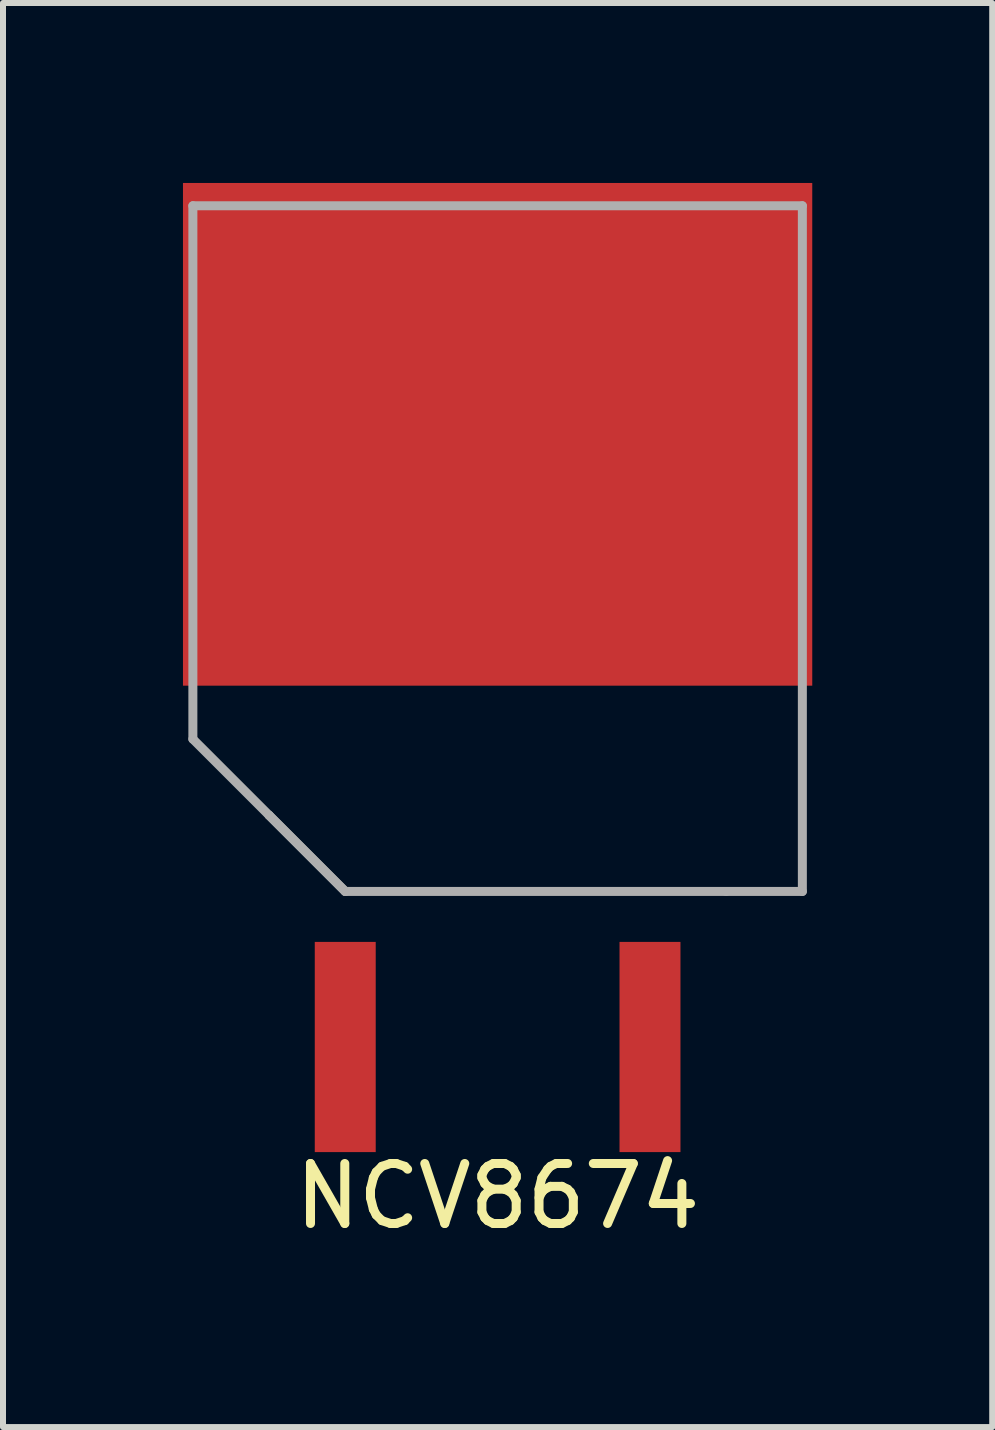
<source format=kicad_pcb>
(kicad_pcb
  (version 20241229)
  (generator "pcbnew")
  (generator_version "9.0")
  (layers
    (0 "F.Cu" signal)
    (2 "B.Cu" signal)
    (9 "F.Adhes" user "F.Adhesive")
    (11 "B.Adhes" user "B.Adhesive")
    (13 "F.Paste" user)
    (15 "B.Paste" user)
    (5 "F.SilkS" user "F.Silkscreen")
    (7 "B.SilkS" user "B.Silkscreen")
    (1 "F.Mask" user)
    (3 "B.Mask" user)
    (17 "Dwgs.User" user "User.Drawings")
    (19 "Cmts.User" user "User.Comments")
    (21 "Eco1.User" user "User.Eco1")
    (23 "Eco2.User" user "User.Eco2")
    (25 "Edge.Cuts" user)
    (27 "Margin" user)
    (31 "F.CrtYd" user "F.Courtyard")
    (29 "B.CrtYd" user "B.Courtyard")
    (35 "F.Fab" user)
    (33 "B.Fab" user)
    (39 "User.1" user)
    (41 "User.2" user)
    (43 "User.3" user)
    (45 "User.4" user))
  (footprint "NCV8674"
    (layer "F.Cu")
    (at 5.245 4.19)
    (property "Reference" "NCV8674" (at 0 12.7 0) (layer "F.SilkS") (effects (font (size 1 1) (thickness 0.15))))
    (attr through_hole)
    (fp_line (start -5.08 -3.81) (end -5.08 5.08) (stroke (width 0.15) (type solid)) (layer "F.Fab"))
    (fp_line (start -5.08 5.08) (end -3.81 6.35) (stroke (width 0.15) (type solid)) (layer "F.Fab"))
    (fp_line (start -3.81 6.35) (end -2.54 7.62) (stroke (width 0.15) (type solid)) (layer "F.Fab"))
    (fp_line (start -3.81 6.35) (end -2.54 7.62) (stroke (width 0.15) (type solid)) (layer "F.Fab"))
    (fp_line (start -2.54 7.62) (end 3.81 7.62) (stroke (width 0.15) (type solid)) (layer "F.Fab"))
    (fp_line (start 3.81 7.62) (end 5.08 7.62) (stroke (width 0.15) (type solid)) (layer "F.Fab"))
    (fp_line (start 5.08 -3.81) (end -5.08 -3.81) (stroke (width 0.15) (type solid)) (layer "F.Fab"))
    (fp_line (start 5.08 7.62) (end 5.08 -3.81) (stroke (width 0.15) (type solid)) (layer "F.Fab"))
    (pad "1" smd rect (at -2.54 10.213) (size 1.016 3.504) (layers "F.Cu" "F.Mask" "F.Paste"))
    (pad "2" smd rect (at 0 0) (size 10.49 8.38) (layers "F.Cu" "F.Mask" "F.Paste"))
    (pad "3" smd rect (at 2.54 10.213) (size 1.016 3.504) (layers "F.Cu" "F.Mask" "F.Paste")))
  (gr_rect
    (start -3 -3)
    (end 13.49 20.738)
    (stroke (width 0.1) (type default))
    (fill no)
    (layer "Edge.Cuts")))
</source>
